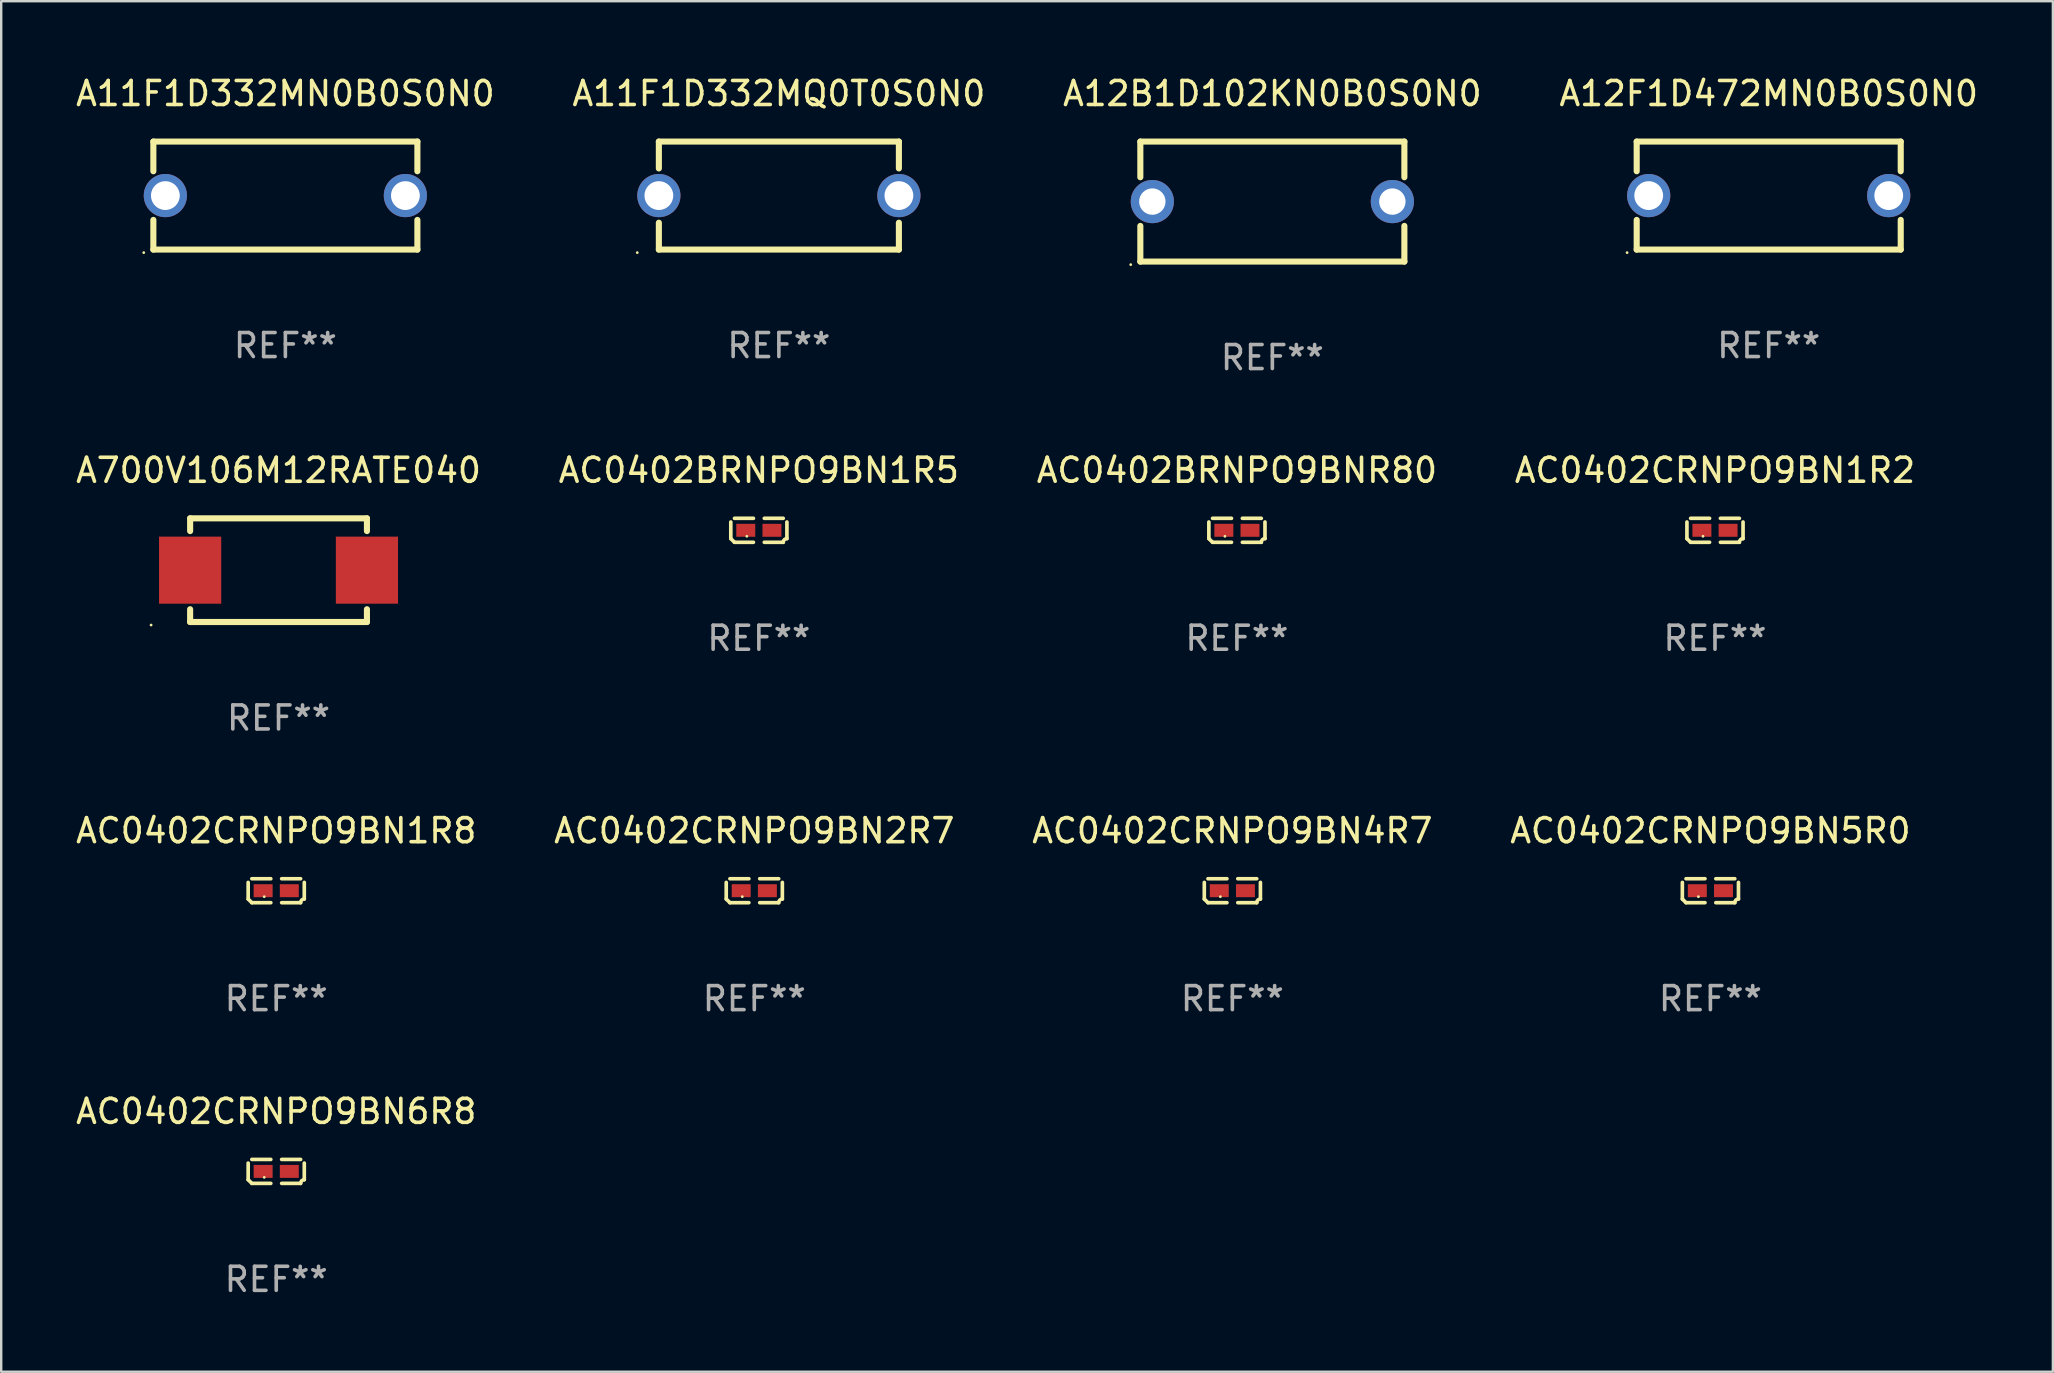
<source format=kicad_pcb>
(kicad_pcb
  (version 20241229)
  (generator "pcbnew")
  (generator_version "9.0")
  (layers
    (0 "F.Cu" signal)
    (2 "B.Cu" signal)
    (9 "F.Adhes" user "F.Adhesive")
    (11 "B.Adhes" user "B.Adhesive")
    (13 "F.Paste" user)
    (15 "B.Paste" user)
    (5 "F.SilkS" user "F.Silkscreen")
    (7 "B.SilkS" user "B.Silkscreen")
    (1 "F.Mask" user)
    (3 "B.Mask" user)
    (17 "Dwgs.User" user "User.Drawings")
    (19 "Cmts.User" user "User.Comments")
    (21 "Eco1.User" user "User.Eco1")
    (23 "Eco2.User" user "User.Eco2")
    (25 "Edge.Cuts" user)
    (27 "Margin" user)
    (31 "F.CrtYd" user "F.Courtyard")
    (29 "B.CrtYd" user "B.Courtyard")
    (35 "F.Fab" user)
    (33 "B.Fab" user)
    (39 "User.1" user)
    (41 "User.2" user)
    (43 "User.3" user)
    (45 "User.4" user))
  (footprint "AC0402CRNPO9BN2R7"
    (layer "F.Cu")
    (at 28.375 34.058)
    (property "Reference" "AC0402CRNPO9BN2R7" (at 0 -2.499 0) (layer "F.SilkS") (effects (font (size 1 1) (thickness 0.15))))
    (attr through_hole)
    (fp_line (start -1.169 0.346) (end -1.169 -0.346) (stroke (width 0.152) (type solid)) (layer "F.SilkS"))
    (fp_line (start -1.016 -0.499) (end -0.226 -0.499) (stroke (width 0.152) (type solid)) (layer "F.SilkS"))
    (fp_line (start -0.226 0.499) (end -1.016 0.499) (stroke (width 0.152) (type solid)) (layer "F.SilkS"))
    (fp_line (start 0.226 0.499) (end 1.016 0.499) (stroke (width 0.152) (type solid)) (layer "F.SilkS"))
    (fp_line (start 1.016 -0.499) (end 0.226 -0.499) (stroke (width 0.152) (type solid)) (layer "F.SilkS"))
    (fp_line (start 1.169 0.346) (end 1.169 -0.346) (stroke (width 0.152) (type solid)) (layer "F.SilkS"))
    (fp_arc (start -1.016307 0.498603) (mid -1.092512 0.422405) (end -1.16871 0.3462) (stroke (width 0.1524) (type solid)) (layer "F.SilkS"))
    (fp_arc (start 1.016307 0.498603) (mid 1.060899 0.390758) (end 1.168707 0.346076) (stroke (width 0.1524) (type solid)) (layer "F.SilkS"))
    (fp_circle (center -0.5 0.25) (end -0.47 0.25) (stroke (width 0.06) (type solid)) (fill no) (layer "F.SilkS"))
    (fp_text user "REF**" (at 0 4.499 0) (layer "F.Fab") (effects (font (size 1 1) (thickness 0.15))))
    (pad "1" smd rect (at -0.545 0) (size 0.79 0.54) (layers "F.Cu" "F.Mask" "F.Paste"))
    (pad "2" smd rect (at 0.545 0) (size 0.79 0.54) (layers "F.Cu" "F.Mask" "F.Paste")))
  (footprint "A700V106M12RATE040"
    (layer "F.Cu")
    (at 8.554 20.704)
    (property "Reference" "A700V106M12RATE040" (at 0 -4.159 0) (layer "F.SilkS") (effects (font (size 1 1) (thickness 0.15))))
    (attr through_hole)
    (fp_line (start -3.683 -2.159) (end -3.683 -1.628) (stroke (width 0.254) (type solid)) (layer "F.SilkS"))
    (fp_line (start -3.683 1.628) (end -3.683 2.159) (stroke (width 0.254) (type solid)) (layer "F.SilkS"))
    (fp_line (start -3.683 2.159) (end 3.683 2.159) (stroke (width 0.254) (type solid)) (layer "F.SilkS"))
    (fp_line (start 3.683 -2.159) (end -3.683 -2.159) (stroke (width 0.254) (type solid)) (layer "F.SilkS"))
    (fp_line (start 3.683 -2.159) (end 3.683 -1.628) (stroke (width 0.254) (type solid)) (layer "F.SilkS"))
    (fp_line (start 3.683 1.628) (end 3.683 2.159) (stroke (width 0.254) (type solid)) (layer "F.SilkS"))
    (fp_circle (center -5.309 2.286) (end -5.279 2.286) (stroke (width 0.06) (type solid)) (fill no) (layer "F.SilkS"))
    (fp_text user "+" (at -5.207 -2.667 0) (layer "B.Mask") (effects (font (size 1 1) (thickness 0.15))))
    (fp_text user "REF**" (at 0 6.159 0) (layer "F.Fab") (effects (font (size 1 1) (thickness 0.15))))
    (pad "1" smd rect (at -3.683 0) (size 2.591 2.794) (layers "F.Cu" "F.Mask" "F.Paste"))
    (pad "2" smd rect (at 3.683 0) (size 2.591 2.794) (layers "F.Cu" "F.Mask" "F.Paste")))
  (footprint "AC0402CRNPO9BN5R0"
    (layer "F.Cu")
    (at 68.208 34.058)
    (property "Reference" "AC0402CRNPO9BN5R0" (at 0 -2.499 0) (layer "F.SilkS") (effects (font (size 1 1) (thickness 0.15))))
    (attr through_hole)
    (fp_line (start -1.169 0.346) (end -1.169 -0.346) (stroke (width 0.152) (type solid)) (layer "F.SilkS"))
    (fp_line (start -1.016 -0.499) (end -0.226 -0.499) (stroke (width 0.152) (type solid)) (layer "F.SilkS"))
    (fp_line (start -0.226 0.499) (end -1.016 0.499) (stroke (width 0.152) (type solid)) (layer "F.SilkS"))
    (fp_line (start 0.226 0.499) (end 1.016 0.499) (stroke (width 0.152) (type solid)) (layer "F.SilkS"))
    (fp_line (start 1.016 -0.499) (end 0.226 -0.499) (stroke (width 0.152) (type solid)) (layer "F.SilkS"))
    (fp_line (start 1.169 0.346) (end 1.169 -0.346) (stroke (width 0.152) (type solid)) (layer "F.SilkS"))
    (fp_arc (start -1.016307 0.498603) (mid -1.092512 0.422405) (end -1.16871 0.3462) (stroke (width 0.1524) (type solid)) (layer "F.SilkS"))
    (fp_arc (start 1.016307 0.498603) (mid 1.060899 0.390758) (end 1.168707 0.346076) (stroke (width 0.1524) (type solid)) (layer "F.SilkS"))
    (fp_circle (center -0.5 0.25) (end -0.47 0.25) (stroke (width 0.06) (type solid)) (fill no) (layer "F.SilkS"))
    (fp_text user "REF**" (at 0 4.499 0) (layer "F.Fab") (effects (font (size 1 1) (thickness 0.15))))
    (pad "1" smd rect (at -0.545 0) (size 0.79 0.54) (layers "F.Cu" "F.Mask" "F.Paste"))
    (pad "2" smd rect (at 0.545 0) (size 0.79 0.54) (layers "F.Cu" "F.Mask" "F.Paste")))
  (footprint "A12B1D102KN0B0S0N0"
    (layer "F.Cu")
    (at 49.958 5.348)
    (property "Reference" "A12B1D102KN0B0S0N0" (at 0 -4.5 0) (layer "F.SilkS") (effects (font (size 1 1) (thickness 0.15))))
    (attr through_hole)
    (fp_line (start -5.5 -2.5) (end -5.5 -1.014) (stroke (width 0.254) (type solid)) (layer "F.SilkS"))
    (fp_line (start -5.5 -2.5) (end 5.5 -2.5) (stroke (width 0.254) (type solid)) (layer "F.SilkS"))
    (fp_line (start -5.5 1.014) (end -5.5 2.5) (stroke (width 0.254) (type solid)) (layer "F.SilkS"))
    (fp_line (start 5.5 -1.014) (end 5.5 -2.5) (stroke (width 0.254) (type solid)) (layer "F.SilkS"))
    (fp_line (start 5.5 2.5) (end -5.5 2.5) (stroke (width 0.254) (type solid)) (layer "F.SilkS"))
    (fp_line (start 5.5 2.5) (end 5.5 1.014) (stroke (width 0.254) (type solid)) (layer "F.SilkS"))
    (fp_circle (center -5.9 2.627) (end -5.87 2.627) (stroke (width 0.06) (type solid)) (fill no) (layer "F.SilkS"))
    (fp_text user "REF**" (at 0 6.5 0) (layer "F.Fab") (effects (font (size 1 1) (thickness 0.15))))
    (pad "1" thru_hole circle (at -5 0) (size 1.8 1.8) (drill 1.1) (layers "*.Cu" "*.Mask"))
    (pad "2" thru_hole circle (at 5 0) (size 1.8 1.8) (drill 1.1) (layers "*.Cu" "*.Mask")))
  (footprint "AC0402CRNPO9BN1R2"
    (layer "F.Cu")
    (at 68.399 19.043)
    (property "Reference" "AC0402CRNPO9BN1R2" (at 0 -2.499 0) (layer "F.SilkS") (effects (font (size 1 1) (thickness 0.15))))
    (attr through_hole)
    (fp_line (start -1.169 0.346) (end -1.169 -0.346) (stroke (width 0.152) (type solid)) (layer "F.SilkS"))
    (fp_line (start -1.016 -0.499) (end -0.226 -0.499) (stroke (width 0.152) (type solid)) (layer "F.SilkS"))
    (fp_line (start -0.226 0.499) (end -1.016 0.499) (stroke (width 0.152) (type solid)) (layer "F.SilkS"))
    (fp_line (start 0.226 0.499) (end 1.016 0.499) (stroke (width 0.152) (type solid)) (layer "F.SilkS"))
    (fp_line (start 1.016 -0.499) (end 0.226 -0.499) (stroke (width 0.152) (type solid)) (layer "F.SilkS"))
    (fp_line (start 1.169 0.346) (end 1.169 -0.346) (stroke (width 0.152) (type solid)) (layer "F.SilkS"))
    (fp_arc (start -1.016307 0.498603) (mid -1.092512 0.422405) (end -1.16871 0.3462) (stroke (width 0.1524) (type solid)) (layer "F.SilkS"))
    (fp_arc (start 1.016307 0.498603) (mid 1.060899 0.390758) (end 1.168707 0.346076) (stroke (width 0.1524) (type solid)) (layer "F.SilkS"))
    (fp_circle (center -0.5 0.25) (end -0.47 0.25) (stroke (width 0.06) (type solid)) (fill no) (layer "F.SilkS"))
    (fp_text user "REF**" (at 0 4.499 0) (layer "F.Fab") (effects (font (size 1 1) (thickness 0.15))))
    (pad "1" smd rect (at -0.545 0) (size 0.79 0.54) (layers "F.Cu" "F.Mask" "F.Paste"))
    (pad "2" smd rect (at 0.545 0) (size 0.79 0.54) (layers "F.Cu" "F.Mask" "F.Paste")))
  (footprint "A12F1D472MN0B0S0N0"
    (layer "F.Cu")
    (at 70.637 5.098)
    (property "Reference" "A12F1D472MN0B0S0N0" (at 0 -4.25 0) (layer "F.SilkS") (effects (font (size 1 1) (thickness 0.15))))
    (attr through_hole)
    (fp_line (start -5.5 -2.25) (end -5.5 -1.014) (stroke (width 0.254) (type solid)) (layer "F.SilkS"))
    (fp_line (start -5.5 -2.25) (end 5.5 -2.25) (stroke (width 0.254) (type solid)) (layer "F.SilkS"))
    (fp_line (start -5.5 1.014) (end -5.5 2.25) (stroke (width 0.254) (type solid)) (layer "F.SilkS"))
    (fp_line (start 5.5 -2.25) (end 5.5 -1.014) (stroke (width 0.254) (type solid)) (layer "F.SilkS"))
    (fp_line (start 5.5 1.014) (end 5.5 2.25) (stroke (width 0.254) (type solid)) (layer "F.SilkS"))
    (fp_line (start 5.5 2.25) (end -5.5 2.25) (stroke (width 0.254) (type solid)) (layer "F.SilkS"))
    (fp_circle (center -5.9 2.377) (end -5.87 2.377) (stroke (width 0.06) (type solid)) (fill no) (layer "F.SilkS"))
    (fp_text user "REF**" (at 0 6.25 0) (layer "F.Fab") (effects (font (size 1 1) (thickness 0.15))))
    (pad "1" thru_hole circle (at -5 0) (size 1.8 1.8) (drill 1.2) (layers "*.Cu" "*.Mask"))
    (pad "2" thru_hole circle (at 5 0) (size 1.8 1.8) (drill 1.2) (layers "*.Cu" "*.Mask")))
  (footprint "AC0402CRNPO9BN4R7"
    (layer "F.Cu")
    (at 48.292 34.058)
    (property "Reference" "AC0402CRNPO9BN4R7" (at 0 -2.499 0) (layer "F.SilkS") (effects (font (size 1 1) (thickness 0.15))))
    (attr through_hole)
    (fp_line (start -1.169 0.346) (end -1.169 -0.346) (stroke (width 0.152) (type solid)) (layer "F.SilkS"))
    (fp_line (start -1.016 -0.499) (end -0.226 -0.499) (stroke (width 0.152) (type solid)) (layer "F.SilkS"))
    (fp_line (start -0.226 0.499) (end -1.016 0.499) (stroke (width 0.152) (type solid)) (layer "F.SilkS"))
    (fp_line (start 0.226 0.499) (end 1.016 0.499) (stroke (width 0.152) (type solid)) (layer "F.SilkS"))
    (fp_line (start 1.016 -0.499) (end 0.226 -0.499) (stroke (width 0.152) (type solid)) (layer "F.SilkS"))
    (fp_line (start 1.169 0.346) (end 1.169 -0.346) (stroke (width 0.152) (type solid)) (layer "F.SilkS"))
    (fp_arc (start -1.016307 0.498603) (mid -1.092512 0.422405) (end -1.16871 0.3462) (stroke (width 0.1524) (type solid)) (layer "F.SilkS"))
    (fp_arc (start 1.016307 0.498603) (mid 1.060899 0.390758) (end 1.168707 0.346076) (stroke (width 0.1524) (type solid)) (layer "F.SilkS"))
    (fp_circle (center -0.5 0.25) (end -0.47 0.25) (stroke (width 0.06) (type solid)) (fill no) (layer "F.SilkS"))
    (fp_text user "REF**" (at 0 4.499 0) (layer "F.Fab") (effects (font (size 1 1) (thickness 0.15))))
    (pad "1" smd rect (at -0.545 0) (size 0.79 0.54) (layers "F.Cu" "F.Mask" "F.Paste"))
    (pad "2" smd rect (at 0.545 0) (size 0.79 0.54) (layers "F.Cu" "F.Mask" "F.Paste")))
  (footprint "AC0402CRNPO9BN6R8"
    (layer "F.Cu")
    (at 8.458 45.752)
    (property "Reference" "AC0402CRNPO9BN6R8" (at 0 -2.499 0) (layer "F.SilkS") (effects (font (size 1 1) (thickness 0.15))))
    (attr through_hole)
    (fp_line (start -1.169 0.346) (end -1.169 -0.346) (stroke (width 0.152) (type solid)) (layer "F.SilkS"))
    (fp_line (start -1.016 -0.499) (end -0.226 -0.499) (stroke (width 0.152) (type solid)) (layer "F.SilkS"))
    (fp_line (start -0.226 0.499) (end -1.016 0.499) (stroke (width 0.152) (type solid)) (layer "F.SilkS"))
    (fp_line (start 0.226 0.499) (end 1.016 0.499) (stroke (width 0.152) (type solid)) (layer "F.SilkS"))
    (fp_line (start 1.016 -0.499) (end 0.226 -0.499) (stroke (width 0.152) (type solid)) (layer "F.SilkS"))
    (fp_line (start 1.169 0.346) (end 1.169 -0.346) (stroke (width 0.152) (type solid)) (layer "F.SilkS"))
    (fp_arc (start -1.016307 0.498603) (mid -1.092512 0.422405) (end -1.16871 0.3462) (stroke (width 0.1524) (type solid)) (layer "F.SilkS"))
    (fp_arc (start 1.016307 0.498603) (mid 1.060899 0.390758) (end 1.168707 0.346076) (stroke (width 0.1524) (type solid)) (layer "F.SilkS"))
    (fp_circle (center -0.5 0.25) (end -0.47 0.25) (stroke (width 0.06) (type solid)) (fill no) (layer "F.SilkS"))
    (fp_text user "REF**" (at 0 4.499 0) (layer "F.Fab") (effects (font (size 1 1) (thickness 0.15))))
    (pad "1" smd rect (at -0.545 0) (size 0.79 0.54) (layers "F.Cu" "F.Mask" "F.Paste"))
    (pad "2" smd rect (at 0.545 0) (size 0.79 0.54) (layers "F.Cu" "F.Mask" "F.Paste")))
  (footprint "AC0402CRNPO9BN1R8"
    (layer "F.Cu")
    (at 8.458 34.058)
    (property "Reference" "AC0402CRNPO9BN1R8" (at 0 -2.499 0) (layer "F.SilkS") (effects (font (size 1 1) (thickness 0.15))))
    (attr through_hole)
    (fp_line (start -1.169 0.346) (end -1.169 -0.346) (stroke (width 0.152) (type solid)) (layer "F.SilkS"))
    (fp_line (start -1.016 -0.499) (end -0.226 -0.499) (stroke (width 0.152) (type solid)) (layer "F.SilkS"))
    (fp_line (start -0.226 0.499) (end -1.016 0.499) (stroke (width 0.152) (type solid)) (layer "F.SilkS"))
    (fp_line (start 0.226 0.499) (end 1.016 0.499) (stroke (width 0.152) (type solid)) (layer "F.SilkS"))
    (fp_line (start 1.016 -0.499) (end 0.226 -0.499) (stroke (width 0.152) (type solid)) (layer "F.SilkS"))
    (fp_line (start 1.169 0.346) (end 1.169 -0.346) (stroke (width 0.152) (type solid)) (layer "F.SilkS"))
    (fp_arc (start -1.016307 0.498603) (mid -1.092512 0.422405) (end -1.16871 0.3462) (stroke (width 0.1524) (type solid)) (layer "F.SilkS"))
    (fp_arc (start 1.016307 0.498603) (mid 1.060899 0.390758) (end 1.168707 0.346076) (stroke (width 0.1524) (type solid)) (layer "F.SilkS"))
    (fp_circle (center -0.5 0.25) (end -0.47 0.25) (stroke (width 0.06) (type solid)) (fill no) (layer "F.SilkS"))
    (fp_text user "REF**" (at 0 4.499 0) (layer "F.Fab") (effects (font (size 1 1) (thickness 0.15))))
    (pad "1" smd rect (at -0.545 0) (size 0.79 0.54) (layers "F.Cu" "F.Mask" "F.Paste"))
    (pad "2" smd rect (at 0.545 0) (size 0.79 0.54) (layers "F.Cu" "F.Mask" "F.Paste")))
  (footprint "A11F1D332MN0B0S0N0"
    (layer "F.Cu")
    (at 8.839 5.098)
    (property "Reference" "A11F1D332MN0B0S0N0" (at 0 -4.25 0) (layer "F.SilkS") (effects (font (size 1 1) (thickness 0.15))))
    (attr through_hole)
    (fp_line (start -5.5 -2.25) (end -5.5 -1.014) (stroke (width 0.254) (type solid)) (layer "F.SilkS"))
    (fp_line (start -5.5 -2.25) (end 5.5 -2.25) (stroke (width 0.254) (type solid)) (layer "F.SilkS"))
    (fp_line (start -5.5 1.014) (end -5.5 2.25) (stroke (width 0.254) (type solid)) (layer "F.SilkS"))
    (fp_line (start 5.5 -2.25) (end 5.5 -1.014) (stroke (width 0.254) (type solid)) (layer "F.SilkS"))
    (fp_line (start 5.5 1.014) (end 5.5 2.25) (stroke (width 0.254) (type solid)) (layer "F.SilkS"))
    (fp_line (start 5.5 2.25) (end -5.5 2.25) (stroke (width 0.254) (type solid)) (layer "F.SilkS"))
    (fp_circle (center -5.9 2.377) (end -5.87 2.377) (stroke (width 0.06) (type solid)) (fill no) (layer "F.SilkS"))
    (fp_text user "REF**" (at 0 6.25 0) (layer "F.Fab") (effects (font (size 1 1) (thickness 0.15))))
    (pad "1" thru_hole circle (at -5 0) (size 1.8 1.8) (drill 1.2) (layers "*.Cu" "*.Mask"))
    (pad "2" thru_hole circle (at 5 0) (size 1.8 1.8) (drill 1.2) (layers "*.Cu" "*.Mask")))
  (footprint "AC0402BRNPO9BNR80"
    (layer "F.Cu")
    (at 48.482 19.043)
    (property "Reference" "AC0402BRNPO9BNR80" (at 0 -2.499 0) (layer "F.SilkS") (effects (font (size 1 1) (thickness 0.15))))
    (attr through_hole)
    (fp_line (start -1.169 0.346) (end -1.169 -0.346) (stroke (width 0.152) (type solid)) (layer "F.SilkS"))
    (fp_line (start -1.016 -0.499) (end -0.226 -0.499) (stroke (width 0.152) (type solid)) (layer "F.SilkS"))
    (fp_line (start -0.226 0.499) (end -1.016 0.499) (stroke (width 0.152) (type solid)) (layer "F.SilkS"))
    (fp_line (start 0.226 0.499) (end 1.016 0.499) (stroke (width 0.152) (type solid)) (layer "F.SilkS"))
    (fp_line (start 1.016 -0.499) (end 0.226 -0.499) (stroke (width 0.152) (type solid)) (layer "F.SilkS"))
    (fp_line (start 1.169 0.346) (end 1.169 -0.346) (stroke (width 0.152) (type solid)) (layer "F.SilkS"))
    (fp_arc (start -1.016307 0.498603) (mid -1.092512 0.422405) (end -1.16871 0.3462) (stroke (width 0.1524) (type solid)) (layer "F.SilkS"))
    (fp_arc (start 1.016307 0.498603) (mid 1.060899 0.390758) (end 1.168707 0.346076) (stroke (width 0.1524) (type solid)) (layer "F.SilkS"))
    (fp_circle (center -0.5 0.25) (end -0.47 0.25) (stroke (width 0.06) (type solid)) (fill no) (layer "F.SilkS"))
    (fp_text user "REF**" (at 0 4.499 0) (layer "F.Fab") (effects (font (size 1 1) (thickness 0.15))))
    (pad "1" smd rect (at -0.545 0) (size 0.79 0.54) (layers "F.Cu" "F.Mask" "F.Paste"))
    (pad "2" smd rect (at 0.545 0) (size 0.79 0.54) (layers "F.Cu" "F.Mask" "F.Paste")))
  (footprint "AC0402BRNPO9BN1R5"
    (layer "F.Cu")
    (at 28.565 19.043)
    (property "Reference" "AC0402BRNPO9BN1R5" (at 0 -2.499 0) (layer "F.SilkS") (effects (font (size 1 1) (thickness 0.15))))
    (attr through_hole)
    (fp_line (start -1.169 0.346) (end -1.169 -0.346) (stroke (width 0.152) (type solid)) (layer "F.SilkS"))
    (fp_line (start -1.016 -0.499) (end -0.226 -0.499) (stroke (width 0.152) (type solid)) (layer "F.SilkS"))
    (fp_line (start -0.226 0.499) (end -1.016 0.499) (stroke (width 0.152) (type solid)) (layer "F.SilkS"))
    (fp_line (start 0.226 0.499) (end 1.016 0.499) (stroke (width 0.152) (type solid)) (layer "F.SilkS"))
    (fp_line (start 1.016 -0.499) (end 0.226 -0.499) (stroke (width 0.152) (type solid)) (layer "F.SilkS"))
    (fp_line (start 1.169 0.346) (end 1.169 -0.346) (stroke (width 0.152) (type solid)) (layer "F.SilkS"))
    (fp_arc (start -1.016307 0.498603) (mid -1.092512 0.422405) (end -1.16871 0.3462) (stroke (width 0.1524) (type solid)) (layer "F.SilkS"))
    (fp_arc (start 1.016307 0.498603) (mid 1.060899 0.390758) (end 1.168707 0.346076) (stroke (width 0.1524) (type solid)) (layer "F.SilkS"))
    (fp_circle (center -0.5 0.25) (end -0.47 0.25) (stroke (width 0.06) (type solid)) (fill no) (layer "F.SilkS"))
    (fp_text user "REF**" (at 0 4.499 0) (layer "F.Fab") (effects (font (size 1 1) (thickness 0.15))))
    (pad "1" smd rect (at -0.545 0) (size 0.79 0.54) (layers "F.Cu" "F.Mask" "F.Paste"))
    (pad "2" smd rect (at 0.545 0) (size 0.79 0.54) (layers "F.Cu" "F.Mask" "F.Paste")))
  (footprint "A11F1D332MQ0T0S0N0"
    (layer "F.Cu")
    (at 29.399 5.098)
    (property "Reference" "A11F1D332MQ0T0S0N0" (at 0 -4.25 0) (layer "F.SilkS") (effects (font (size 1 1) (thickness 0.15))))
    (attr through_hole)
    (fp_line (start -5 -2.25) (end -5 -1.131) (stroke (width 0.254) (type solid)) (layer "F.SilkS"))
    (fp_line (start -5 -2.25) (end 5 -2.25) (stroke (width 0.254) (type solid)) (layer "F.SilkS"))
    (fp_line (start -5 1.131) (end -5 2.25) (stroke (width 0.254) (type solid)) (layer "F.SilkS"))
    (fp_line (start 5 -2.25) (end 5 -1.131) (stroke (width 0.254) (type solid)) (layer "F.SilkS"))
    (fp_line (start 5 1.131) (end 5 2.25) (stroke (width 0.254) (type solid)) (layer "F.SilkS"))
    (fp_line (start 5 2.25) (end -5 2.25) (stroke (width 0.254) (type solid)) (layer "F.SilkS"))
    (fp_circle (center -5.9 2.377) (end -5.87 2.377) (stroke (width 0.06) (type solid)) (fill no) (layer "F.SilkS"))
    (fp_text user "REF**" (at 0 6.25 0) (layer "F.Fab") (effects (font (size 1 1) (thickness 0.15))))
    (pad "1" thru_hole circle (at -5 0) (size 1.8 1.8) (drill 1.2) (layers "*.Cu" "*.Mask"))
    (pad "2" thru_hole circle (at 5 0) (size 1.8 1.8) (drill 1.2) (layers "*.Cu" "*.Mask")))
  (gr_rect
    (start -3 -3)
    (end 82.476 54.098)
    (stroke (width 0.1) (type default))
    (fill no)
    (layer "Edge.Cuts")))
</source>
